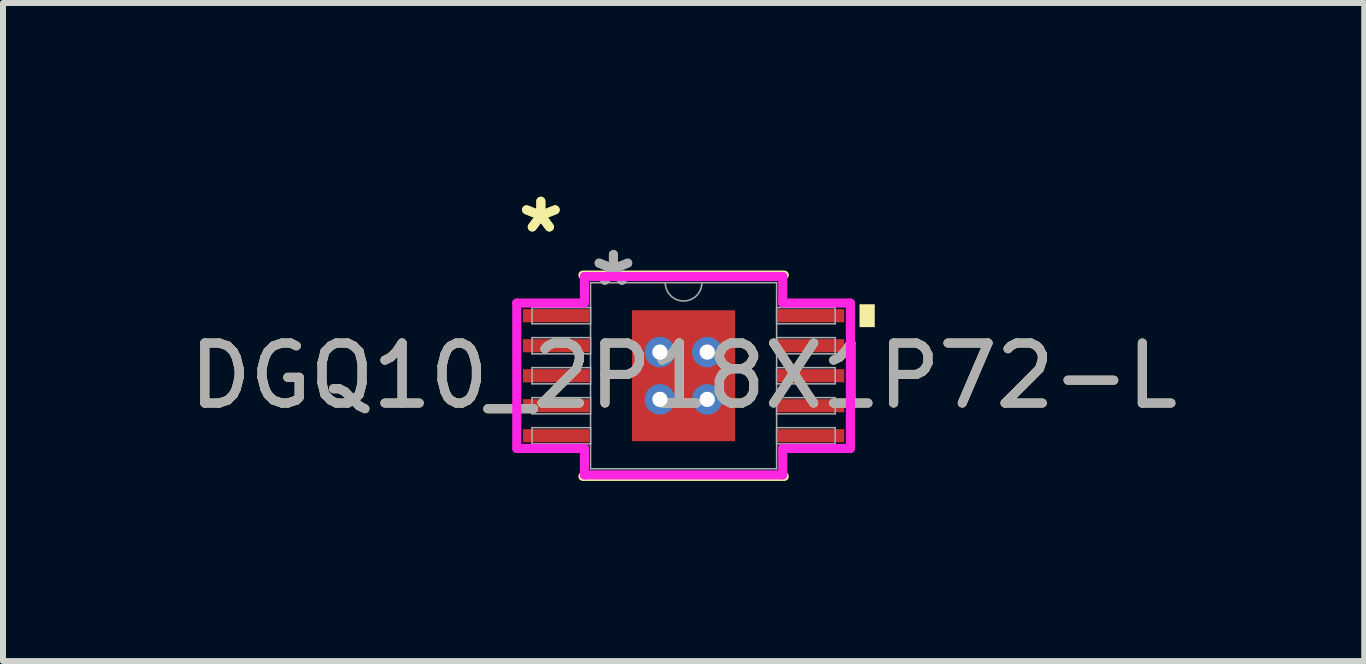
<source format=kicad_pcb>
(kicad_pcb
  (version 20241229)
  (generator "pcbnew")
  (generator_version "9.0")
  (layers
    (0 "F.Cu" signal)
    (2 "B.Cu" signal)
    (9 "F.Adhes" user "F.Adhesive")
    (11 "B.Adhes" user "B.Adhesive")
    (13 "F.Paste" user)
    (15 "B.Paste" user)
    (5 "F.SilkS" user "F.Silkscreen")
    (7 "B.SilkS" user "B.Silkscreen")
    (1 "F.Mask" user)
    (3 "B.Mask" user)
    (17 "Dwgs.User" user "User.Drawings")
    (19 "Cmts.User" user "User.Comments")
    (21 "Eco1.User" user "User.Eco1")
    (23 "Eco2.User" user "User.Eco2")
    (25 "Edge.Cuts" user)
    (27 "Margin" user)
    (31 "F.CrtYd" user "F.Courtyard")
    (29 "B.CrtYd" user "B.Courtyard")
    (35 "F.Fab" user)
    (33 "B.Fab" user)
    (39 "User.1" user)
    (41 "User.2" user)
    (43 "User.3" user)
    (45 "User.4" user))
  (footprint "DGQ10_2P18X1P72-L"
    (layer "F.Cu")
    (at 8.339 3.21)
    (property "Reference" "DGQ10_2P18X1P72-L" (at 0 0 0) (unlocked yes) (layer "F.SilkS") (effects (font (size 1 1) (thickness 0.15))))
    (attr smd)
    (fp_poly (pts (xy -0.923 -1.153) (xy -0.594 -1.153) (xy -0.594 1.153) (xy -0.923 1.153)) (stroke (width 0) (type solid)) (fill yes) (layer "F.Mask"))
    (fp_poly (pts (xy -0.923 -1.153) (xy 0.923 -1.153) (xy 0.923 -0.594) (xy -0.923 -0.594)) (stroke (width 0) (type solid)) (fill yes) (layer "F.Mask"))
    (fp_poly (pts (xy -0.923 -0.194) (xy 0.923 -0.194) (xy 0.923 0.194) (xy -0.923 0.194)) (stroke (width 0) (type solid)) (fill yes) (layer "F.Mask"))
    (fp_poly (pts (xy -0.923 0.594) (xy 0.923 0.594) (xy 0.923 1.153) (xy -0.923 1.153)) (stroke (width 0) (type solid)) (fill yes) (layer "F.Mask"))
    (fp_poly (pts (xy 0.194 -1.153) (xy -0.194 -1.153) (xy -0.194 1.153) (xy 0.194 1.153)) (stroke (width 0) (type solid)) (fill yes) (layer "F.Mask"))
    (fp_poly (pts (xy 0.594 -1.153) (xy 0.923 -1.153) (xy 0.923 1.153) (xy 0.594 1.153)) (stroke (width 0) (type solid)) (fill yes) (layer "F.Mask"))
    (fp_line (start -1.677 1.677) (end 1.677 1.677) (stroke (width 0.152) (type solid)) (layer "F.SilkS"))
    (fp_line (start 1.677 -1.677) (end -1.677 -1.677) (stroke (width 0.152) (type solid)) (layer "F.SilkS"))
    (fp_poly (pts (xy 3.185 -1.191) (xy 3.185 -0.81) (xy 2.931 -0.81) (xy 2.931 -1.191)) (stroke (width 0) (type solid)) (fill yes) (layer "F.SilkS"))
    (fp_poly (pts (xy -0.785 -1.015) (xy -0.785 -0.494) (xy -0.635 -0.494) (xy -0.494 -0.635) (xy -0.494 -1.015)) (stroke (width 0) (type solid)) (fill yes) (layer "F.Paste"))
    (fp_poly (pts (xy -0.785 0.494) (xy -0.785 1.015) (xy -0.494 1.015) (xy -0.494 0.635) (xy -0.635 0.494)) (stroke (width 0) (type solid)) (fill yes) (layer "F.Paste"))
    (fp_poly (pts (xy 0.494 -1.015) (xy 0.494 -0.635) (xy 0.635 -0.494) (xy 0.785 -0.494) (xy 0.785 -1.015)) (stroke (width 0) (type solid)) (fill yes) (layer "F.Paste"))
    (fp_poly (pts (xy 0.635 0.494) (xy 0.494 0.635) (xy 0.494 1.015) (xy 0.785 1.015) (xy 0.785 0.494)) (stroke (width 0) (type solid)) (fill yes) (layer "F.Paste"))
    (fp_poly (pts (xy -0.785 -0.294) (xy -0.785 0.294) (xy -0.635 0.294) (xy -0.494 0.152) (xy -0.494 -0.152) (xy -0.635 -0.294)) (stroke (width 0) (type solid)) (fill yes) (layer "F.Paste"))
    (fp_poly (pts (xy -0.294 -1.015) (xy -0.294 -0.635) (xy -0.152 -0.494) (xy 0.152 -0.494) (xy 0.294 -0.635) (xy 0.294 -1.015)) (stroke (width 0) (type solid)) (fill yes) (layer "F.Paste"))
    (fp_poly (pts (xy -0.152 0.494) (xy -0.294 0.635) (xy -0.294 1.015) (xy 0.294 1.015) (xy 0.294 0.635) (xy 0.152 0.494)) (stroke (width 0) (type solid)) (fill yes) (layer "F.Paste"))
    (fp_poly (pts (xy 0.635 -0.294) (xy 0.494 -0.152) (xy 0.494 0.152) (xy 0.635 0.294) (xy 0.785 0.294) (xy 0.785 -0.294)) (stroke (width 0) (type solid)) (fill yes) (layer "F.Paste"))
    (fp_poly (pts (xy -0.152 -0.294) (xy -0.294 -0.152) (xy -0.294 0.152) (xy -0.152 0.294) (xy 0.152 0.294) (xy 0.294 0.152) (xy 0.294 -0.152) (xy 0.152 -0.294)) (stroke (width 0) (type solid)) (fill yes) (layer "F.Paste"))
    (fp_line (start -2.779 -1.211) (end -1.652 -1.211) (stroke (width 0.152) (type solid)) (layer "F.CrtYd"))
    (fp_line (start -2.779 1.211) (end -2.779 -1.211) (stroke (width 0.152) (type solid)) (layer "F.CrtYd"))
    (fp_line (start -2.779 1.211) (end -1.652 1.211) (stroke (width 0.152) (type solid)) (layer "F.CrtYd"))
    (fp_line (start -1.652 -1.652) (end 1.652 -1.652) (stroke (width 0.152) (type solid)) (layer "F.CrtYd"))
    (fp_line (start -1.652 -1.211) (end -1.652 -1.652) (stroke (width 0.152) (type solid)) (layer "F.CrtYd"))
    (fp_line (start -1.652 1.652) (end -1.652 1.211) (stroke (width 0.152) (type solid)) (layer "F.CrtYd"))
    (fp_line (start 1.652 -1.652) (end 1.652 -1.211) (stroke (width 0.152) (type solid)) (layer "F.CrtYd"))
    (fp_line (start 1.652 1.211) (end 1.652 1.652) (stroke (width 0.152) (type solid)) (layer "F.CrtYd"))
    (fp_line (start 1.652 1.652) (end -1.652 1.652) (stroke (width 0.152) (type solid)) (layer "F.CrtYd"))
    (fp_line (start 2.779 -1.211) (end 1.652 -1.211) (stroke (width 0.152) (type solid)) (layer "F.CrtYd"))
    (fp_line (start 2.779 -1.211) (end 2.779 1.211) (stroke (width 0.152) (type solid)) (layer "F.CrtYd"))
    (fp_line (start 2.779 1.211) (end 1.652 1.211) (stroke (width 0.152) (type solid)) (layer "F.CrtYd"))
    (fp_line (start -2.525 -1.135) (end -2.525 -0.865) (stroke (width 0.025) (type solid)) (layer "F.Fab"))
    (fp_line (start -2.525 -0.865) (end -1.55 -0.865) (stroke (width 0.025) (type solid)) (layer "F.Fab"))
    (fp_line (start -2.525 -0.635) (end -2.525 -0.365) (stroke (width 0.025) (type solid)) (layer "F.Fab"))
    (fp_line (start -2.525 -0.365) (end -1.55 -0.365) (stroke (width 0.025) (type solid)) (layer "F.Fab"))
    (fp_line (start -2.525 -0.135) (end -2.525 0.135) (stroke (width 0.025) (type solid)) (layer "F.Fab"))
    (fp_line (start -2.525 0.135) (end -1.55 0.135) (stroke (width 0.025) (type solid)) (layer "F.Fab"))
    (fp_line (start -2.525 0.365) (end -2.525 0.635) (stroke (width 0.025) (type solid)) (layer "F.Fab"))
    (fp_line (start -2.525 0.635) (end -1.55 0.635) (stroke (width 0.025) (type solid)) (layer "F.Fab"))
    (fp_line (start -2.525 0.865) (end -2.525 1.135) (stroke (width 0.025) (type solid)) (layer "F.Fab"))
    (fp_line (start -2.525 1.135) (end -1.55 1.135) (stroke (width 0.025) (type solid)) (layer "F.Fab"))
    (fp_line (start -1.55 -1.55) (end -1.55 1.55) (stroke (width 0.025) (type solid)) (layer "F.Fab"))
    (fp_line (start -1.55 -1.135) (end -2.525 -1.135) (stroke (width 0.025) (type solid)) (layer "F.Fab"))
    (fp_line (start -1.55 -0.865) (end -1.55 -1.135) (stroke (width 0.025) (type solid)) (layer "F.Fab"))
    (fp_line (start -1.55 -0.635) (end -2.525 -0.635) (stroke (width 0.025) (type solid)) (layer "F.Fab"))
    (fp_line (start -1.55 -0.365) (end -1.55 -0.635) (stroke (width 0.025) (type solid)) (layer "F.Fab"))
    (fp_line (start -1.55 -0.135) (end -2.525 -0.135) (stroke (width 0.025) (type solid)) (layer "F.Fab"))
    (fp_line (start -1.55 0.135) (end -1.55 -0.135) (stroke (width 0.025) (type solid)) (layer "F.Fab"))
    (fp_line (start -1.55 0.365) (end -2.525 0.365) (stroke (width 0.025) (type solid)) (layer "F.Fab"))
    (fp_line (start -1.55 0.635) (end -1.55 0.365) (stroke (width 0.025) (type solid)) (layer "F.Fab"))
    (fp_line (start -1.55 0.865) (end -2.525 0.865) (stroke (width 0.025) (type solid)) (layer "F.Fab"))
    (fp_line (start -1.55 1.135) (end -1.55 0.865) (stroke (width 0.025) (type solid)) (layer "F.Fab"))
    (fp_line (start -1.55 1.55) (end 1.55 1.55) (stroke (width 0.025) (type solid)) (layer "F.Fab"))
    (fp_line (start 1.55 -1.55) (end -1.55 -1.55) (stroke (width 0.025) (type solid)) (layer "F.Fab"))
    (fp_line (start 1.55 -1.135) (end 1.55 -0.865) (stroke (width 0.025) (type solid)) (layer "F.Fab"))
    (fp_line (start 1.55 -0.865) (end 2.525 -0.865) (stroke (width 0.025) (type solid)) (layer "F.Fab"))
    (fp_line (start 1.55 -0.635) (end 1.55 -0.365) (stroke (width 0.025) (type solid)) (layer "F.Fab"))
    (fp_line (start 1.55 -0.365) (end 2.525 -0.365) (stroke (width 0.025) (type solid)) (layer "F.Fab"))
    (fp_line (start 1.55 -0.135) (end 1.55 0.135) (stroke (width 0.025) (type solid)) (layer "F.Fab"))
    (fp_line (start 1.55 0.135) (end 2.525 0.135) (stroke (width 0.025) (type solid)) (layer "F.Fab"))
    (fp_line (start 1.55 0.365) (end 1.55 0.635) (stroke (width 0.025) (type solid)) (layer "F.Fab"))
    (fp_line (start 1.55 0.635) (end 2.525 0.635) (stroke (width 0.025) (type solid)) (layer "F.Fab"))
    (fp_line (start 1.55 0.865) (end 1.55 1.135) (stroke (width 0.025) (type solid)) (layer "F.Fab"))
    (fp_line (start 1.55 1.135) (end 2.525 1.135) (stroke (width 0.025) (type solid)) (layer "F.Fab"))
    (fp_line (start 1.55 1.55) (end 1.55 -1.55) (stroke (width 0.025) (type solid)) (layer "F.Fab"))
    (fp_line (start 2.525 -1.135) (end 1.55 -1.135) (stroke (width 0.025) (type solid)) (layer "F.Fab"))
    (fp_line (start 2.525 -0.865) (end 2.525 -1.135) (stroke (width 0.025) (type solid)) (layer "F.Fab"))
    (fp_line (start 2.525 -0.635) (end 1.55 -0.635) (stroke (width 0.025) (type solid)) (layer "F.Fab"))
    (fp_line (start 2.525 -0.365) (end 2.525 -0.635) (stroke (width 0.025) (type solid)) (layer "F.Fab"))
    (fp_line (start 2.525 -0.135) (end 1.55 -0.135) (stroke (width 0.025) (type solid)) (layer "F.Fab"))
    (fp_line (start 2.525 0.135) (end 2.525 -0.135) (stroke (width 0.025) (type solid)) (layer "F.Fab"))
    (fp_line (start 2.525 0.365) (end 1.55 0.365) (stroke (width 0.025) (type solid)) (layer "F.Fab"))
    (fp_line (start 2.525 0.635) (end 2.525 0.365) (stroke (width 0.025) (type solid)) (layer "F.Fab"))
    (fp_line (start 2.525 0.865) (end 1.55 0.865) (stroke (width 0.025) (type solid)) (layer "F.Fab"))
    (fp_line (start 2.525 1.135) (end 2.525 0.865) (stroke (width 0.025) (type solid)) (layer "F.Fab"))
    (fp_arc (start 0.3048 -1.549999) (mid 0 -1.245199) (end -0.3048 -1.549999) (stroke (width 0.0254) (type solid)) (layer "F.Fab"))
    (fp_text user "*" (at -2.378 -2.362 0) (unlocked yes) (layer "F.SilkS") (effects (font (size 1 1) (thickness 0.15))))
    (fp_text user "*" (at -2.378 -2.362 0) (layer "F.SilkS") (effects (font (size 1 1) (thickness 0.15))))
    (fp_text user "*" (at -1.169 -1.474 0) (unlocked yes) (layer "F.Fab") (effects (font (size 1 1) (thickness 0.15))))
    (fp_text user "${REFERENCE}" (at 0 0 0) (unlocked yes) (layer "F.Fab") (effects (font (size 1 1) (thickness 0.15))))
    (fp_text user "*" (at -1.169 -1.474 0) (layer "F.Fab") (effects (font (size 1 1) (thickness 0.15))))
    (pad "1" smd rect (at -2.124 -1) (size 1.106 0.219) (layers "F.Cu" "F.Mask" "F.Paste"))
    (pad "2" smd rect (at -2.124 -0.5) (size 1.106 0.219) (layers "F.Cu" "F.Mask" "F.Paste"))
    (pad "3" smd rect (at -2.124 0) (size 1.106 0.219) (layers "F.Cu" "F.Mask" "F.Paste"))
    (pad "4" smd rect (at -2.124 0.5) (size 1.106 0.219) (layers "F.Cu" "F.Mask" "F.Paste"))
    (pad "5" smd rect (at -2.124 1) (size 1.106 0.219) (layers "F.Cu" "F.Mask" "F.Paste"))
    (pad "6" smd rect (at 2.124 1) (size 1.106 0.219) (layers "F.Cu" "F.Mask" "F.Paste"))
    (pad "7" smd rect (at 2.124 0.5) (size 1.106 0.219) (layers "F.Cu" "F.Mask" "F.Paste"))
    (pad "8" smd rect (at 2.124 0) (size 1.106 0.219) (layers "F.Cu" "F.Mask" "F.Paste"))
    (pad "9" smd rect (at 2.124 -0.5) (size 1.106 0.219) (layers "F.Cu" "F.Mask" "F.Paste"))
    (pad "10" smd rect (at 2.124 -1) (size 1.106 0.219) (layers "F.Cu" "F.Mask" "F.Paste"))
    (pad "EPAD" smd rect (at 0 0) (size 1.72 2.18) (layers "F.Cu"))
    (pad "V" thru_hole circle (at -0.394 -0.394) (size 0.508 0.508) (drill 0.254) (layers "*.Cu" "*.Mask"))
    (pad "V" thru_hole circle (at -0.394 0.394) (size 0.508 0.508) (drill 0.254) (layers "*.Cu" "*.Mask"))
    (pad "V" thru_hole circle (at 0.394 -0.394) (size 0.508 0.508) (drill 0.254) (layers "*.Cu" "*.Mask"))
    (pad "V" thru_hole circle (at 0.394 0.394) (size 0.508 0.508) (drill 0.254) (layers "*.Cu" "*.Mask")))
  (gr_rect
    (start -3 -3)
    (end 19.679 7.964)
    (stroke (width 0.1) (type default))
    (fill no)
    (layer "Edge.Cuts")))
</source>
